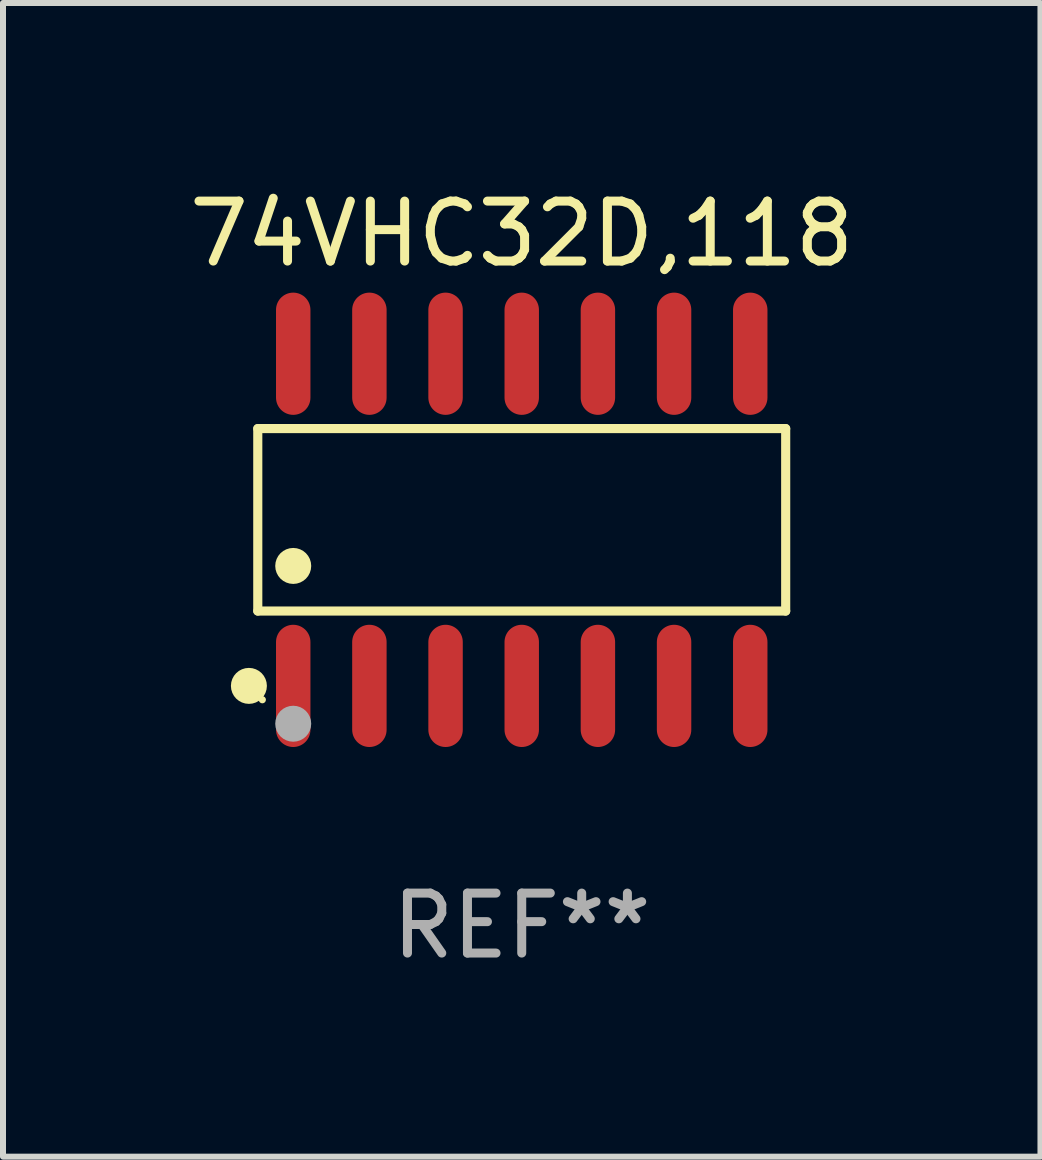
<source format=kicad_pcb>
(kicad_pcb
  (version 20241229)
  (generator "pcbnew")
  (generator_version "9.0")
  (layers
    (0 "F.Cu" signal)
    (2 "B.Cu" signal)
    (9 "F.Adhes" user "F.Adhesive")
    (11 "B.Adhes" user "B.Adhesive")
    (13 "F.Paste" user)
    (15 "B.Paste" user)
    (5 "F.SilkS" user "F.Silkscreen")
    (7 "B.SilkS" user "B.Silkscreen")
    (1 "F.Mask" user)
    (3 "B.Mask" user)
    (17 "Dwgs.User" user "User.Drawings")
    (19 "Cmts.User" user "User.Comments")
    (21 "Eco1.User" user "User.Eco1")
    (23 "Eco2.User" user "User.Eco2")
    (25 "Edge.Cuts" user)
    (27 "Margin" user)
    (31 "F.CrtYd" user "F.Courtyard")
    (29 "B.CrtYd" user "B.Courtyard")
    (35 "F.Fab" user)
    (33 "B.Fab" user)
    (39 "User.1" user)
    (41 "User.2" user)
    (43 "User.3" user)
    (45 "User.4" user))
  (footprint "74VHC32D,118"
    (layer "F.Cu")
    (at 5.649 5.617)
    (property "Reference" "74VHC32D,118" (at 0 -4.769 0) (layer "F.SilkS") (effects (font (size 1 1) (thickness 0.15))))
    (attr through_hole)
    (fp_line (start -4.401 -1.521) (end 4.401 -1.521) (stroke (width 0.152) (type solid)) (layer "F.SilkS"))
    (fp_line (start -4.401 1.521) (end -4.401 -1.521) (stroke (width 0.152) (type solid)) (layer "F.SilkS"))
    (fp_line (start 4.401 -1.521) (end 4.401 1.521) (stroke (width 0.152) (type solid)) (layer "F.SilkS"))
    (fp_line (start 4.401 1.521) (end -4.401 1.521) (stroke (width 0.152) (type solid)) (layer "F.SilkS"))
    (fp_circle (center -4.549 2.769) (end -4.399 2.769) (stroke (width 0.3) (type solid)) (fill no) (layer "F.SilkS"))
    (fp_circle (center -4.325 3) (end -4.295 3) (stroke (width 0.06) (type solid)) (fill no) (layer "F.SilkS"))
    (fp_circle (center -3.81 0.769) (end -3.66 0.769) (stroke (width 0.3) (type solid)) (fill no) (layer "F.SilkS"))
    (fp_circle (center -3.81 3.4) (end -3.66 3.4) (stroke (width 0.3) (type solid)) (fill no) (layer "F.Fab"))
    (fp_text user "REF**" (at 0 6.769 0) (layer "F.Fab") (effects (font (size 1 1) (thickness 0.15))))
    (pad "1" smd oval (at -3.81 2.769) (size 0.574 2.038) (layers "F.Cu" "F.Mask" "F.Paste"))
    (pad "2" smd oval (at -2.54 2.769) (size 0.574 2.038) (layers "F.Cu" "F.Mask" "F.Paste"))
    (pad "3" smd oval (at -1.27 2.769) (size 0.574 2.038) (layers "F.Cu" "F.Mask" "F.Paste"))
    (pad "4" smd oval (at 0 2.769) (size 0.574 2.038) (layers "F.Cu" "F.Mask" "F.Paste"))
    (pad "5" smd oval (at 1.27 2.769) (size 0.574 2.038) (layers "F.Cu" "F.Mask" "F.Paste"))
    (pad "6" smd oval (at 2.54 2.769) (size 0.574 2.038) (layers "F.Cu" "F.Mask" "F.Paste"))
    (pad "7" smd oval (at 3.81 2.769) (size 0.574 2.038) (layers "F.Cu" "F.Mask" "F.Paste"))
    (pad "8" smd oval (at 3.81 -2.769) (size 0.574 2.038) (layers "F.Cu" "F.Mask" "F.Paste"))
    (pad "9" smd oval (at 2.54 -2.769) (size 0.574 2.038) (layers "F.Cu" "F.Mask" "F.Paste"))
    (pad "10" smd oval (at 1.27 -2.769) (size 0.574 2.038) (layers "F.Cu" "F.Mask" "F.Paste"))
    (pad "11" smd oval (at 0 -2.769) (size 0.574 2.038) (layers "F.Cu" "F.Mask" "F.Paste"))
    (pad "12" smd oval (at -1.27 -2.769) (size 0.574 2.038) (layers "F.Cu" "F.Mask" "F.Paste"))
    (pad "13" smd oval (at -2.54 -2.769) (size 0.574 2.038) (layers "F.Cu" "F.Mask" "F.Paste"))
    (pad "14" smd oval (at -3.81 -2.769) (size 0.574 2.038) (layers "F.Cu" "F.Mask" "F.Paste")))
  (gr_rect
    (start -3 -3)
    (end 14.298 16.235)
    (stroke (width 0.1) (type default))
    (fill no)
    (layer "Edge.Cuts")))
</source>
